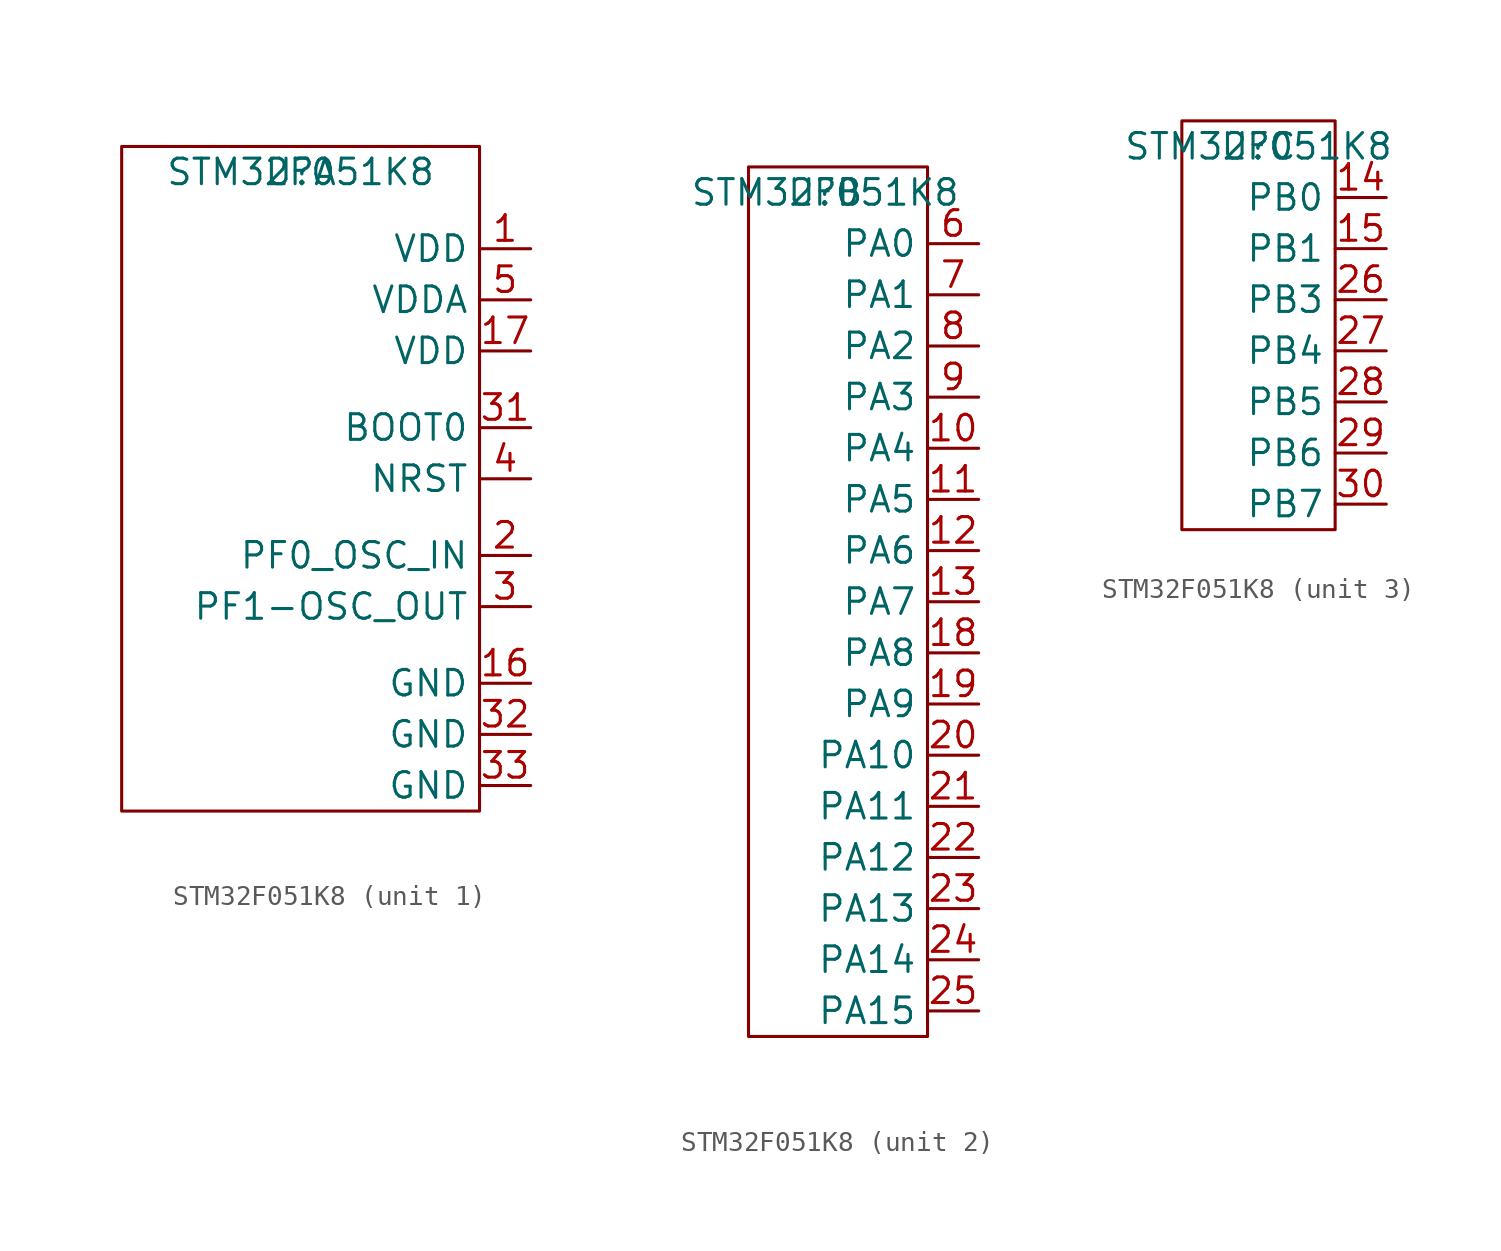
<source format=kicad_sym>
(kicad_symbol_lib
  (version 20241209)
  (generator "kicad_symbol_editor")
  (generator_version "9.0")
  (symbol "STM32F051K8"
    (property "Reference" "U"
      (at 0 0 0)
      (effects (font (size 1.27 1.27))))
    (property "Value" "STM32F051K8"
      (at 0 0 0)
      (effects (font (size 1.27 1.27))))
    (property "ki_locked" ""
      (at 0 0 0)
      (effects (font (size 1.27 1.27))))
    (symbol "STM32F051K8_1_1"
      (rectangle (start 8.89 -31.75) (end -8.89 1.27) (stroke (width 0) (type default)) (fill (type none)))
      (pin power_in line (at 11.43 -3.81 180) (length 2.54) (name "VDD" (effects (font (size 1.27 1.27)))) (number "1" (effects (font (size 1.27 1.27)))))
      (pin power_in line (at 11.43 -6.35 180) (length 2.54) (name "VDDA" (effects (font (size 1.27 1.27)))) (number "5" (effects (font (size 1.27 1.27)))))
      (pin power_in line (at 11.43 -8.89 180) (length 2.54) (name "VDD" (effects (font (size 1.27 1.27)))) (number "17" (effects (font (size 1.27 1.27)))))
      (pin input line (at 11.43 -12.7 180) (length 2.54) (name "BOOT0" (effects (font (size 1.27 1.27)))) (number "31" (effects (font (size 1.27 1.27)))))
      (pin input line (at 11.43 -15.24 180) (length 2.54) (name "NRST" (effects (font (size 1.27 1.27)))) (number "4" (effects (font (size 1.27 1.27)))))
      (pin input line (at 11.43 -19.05 180) (length 2.54) (name "PF0_OSC_IN" (effects (font (size 1.27 1.27)))) (number "2" (effects (font (size 1.27 1.27)))))
      (pin input line (at 11.43 -21.59 180) (length 2.54) (name "PF1-OSC_OUT" (effects (font (size 1.27 1.27)))) (number "3" (effects (font (size 1.27 1.27)))))
      (pin power_in line (at 11.43 -25.4 180) (length 2.54) (name "GND" (effects (font (size 1.27 1.27)))) (number "16" (effects (font (size 1.27 1.27)))))
      (pin power_in line (at 11.43 -27.94 180) (length 2.54) (name "GND" (effects (font (size 1.27 1.27)))) (number "32" (effects (font (size 1.27 1.27)))))
      (pin power_in line (at 11.43 -30.48 180) (length 2.54) (name "GND" (effects (font (size 1.27 1.27)))) (number "33" (effects (font (size 1.27 1.27))))))
    (symbol "STM32F051K8_2_1"
      (rectangle (start -3.81 1.27) (end 5.08 -41.91) (stroke (width 0) (type default)) (fill (type none)))
      (pin bidirectional line (at 7.62 -2.54 180) (length 2.54) (name "PA0" (effects (font (size 1.27 1.27)))) (number "6" (effects (font (size 1.27 1.27)))))
      (pin bidirectional line (at 7.62 -5.08 180) (length 2.54) (name "PA1" (effects (font (size 1.27 1.27)))) (number "7" (effects (font (size 1.27 1.27)))))
      (pin bidirectional line (at 7.62 -7.62 180) (length 2.54) (name "PA2" (effects (font (size 1.27 1.27)))) (number "8" (effects (font (size 1.27 1.27)))))
      (pin bidirectional line (at 7.62 -10.16 180) (length 2.54) (name "PA3" (effects (font (size 1.27 1.27)))) (number "9" (effects (font (size 1.27 1.27)))))
      (pin bidirectional line (at 7.62 -12.7 180) (length 2.54) (name "PA4" (effects (font (size 1.27 1.27)))) (number "10" (effects (font (size 1.27 1.27)))))
      (pin bidirectional line (at 7.62 -15.24 180) (length 2.54) (name "PA5" (effects (font (size 1.27 1.27)))) (number "11" (effects (font (size 1.27 1.27)))))
      (pin bidirectional line (at 7.62 -17.78 180) (length 2.54) (name "PA6" (effects (font (size 1.27 1.27)))) (number "12" (effects (font (size 1.27 1.27)))))
      (pin bidirectional line (at 7.62 -20.32 180) (length 2.54) (name "PA7" (effects (font (size 1.27 1.27)))) (number "13" (effects (font (size 1.27 1.27)))))
      (pin bidirectional line (at 7.62 -22.86 180) (length 2.54) (name "PA8" (effects (font (size 1.27 1.27)))) (number "18" (effects (font (size 1.27 1.27)))))
      (pin bidirectional line (at 7.62 -25.4 180) (length 2.54) (name "PA9" (effects (font (size 1.27 1.27)))) (number "19" (effects (font (size 1.27 1.27)))))
      (pin bidirectional line (at 7.62 -27.94 180) (length 2.54) (name "PA10" (effects (font (size 1.27 1.27)))) (number "20" (effects (font (size 1.27 1.27)))))
      (pin bidirectional line (at 7.62 -30.48 180) (length 2.54) (name "PA11" (effects (font (size 1.27 1.27)))) (number "21" (effects (font (size 1.27 1.27)))))
      (pin bidirectional line (at 7.62 -33.02 180) (length 2.54) (name "PA12" (effects (font (size 1.27 1.27)))) (number "22" (effects (font (size 1.27 1.27)))))
      (pin bidirectional line (at 7.62 -35.56 180) (length 2.54) (name "PA13" (effects (font (size 1.27 1.27)))) (number "23" (effects (font (size 1.27 1.27)))))
      (pin bidirectional line (at 7.62 -38.1 180) (length 2.54) (name "PA14" (effects (font (size 1.27 1.27)))) (number "24" (effects (font (size 1.27 1.27)))))
      (pin bidirectional line (at 7.62 -40.64 180) (length 2.54) (name "PA15" (effects (font (size 1.27 1.27)))) (number "25" (effects (font (size 1.27 1.27))))))
    (symbol "STM32F051K8_3_1"
      (rectangle (start -3.81 1.27) (end 3.81 -19.05) (stroke (width 0) (type default)) (fill (type none)))
      (pin bidirectional line (at 6.35 -2.54 180) (length 2.54) (name "PB0" (effects (font (size 1.27 1.27)))) (number "14" (effects (font (size 1.27 1.27)))))
      (pin bidirectional line (at 6.35 -5.08 180) (length 2.54) (name "PB1" (effects (font (size 1.27 1.27)))) (number "15" (effects (font (size 1.27 1.27)))))
      (pin bidirectional line (at 6.35 -7.62 180) (length 2.54) (name "PB3" (effects (font (size 1.27 1.27)))) (number "26" (effects (font (size 1.27 1.27)))))
      (pin bidirectional line (at 6.35 -10.16 180) (length 2.54) (name "PB4" (effects (font (size 1.27 1.27)))) (number "27" (effects (font (size 1.27 1.27)))))
      (pin bidirectional line (at 6.35 -12.7 180) (length 2.54) (name "PB5" (effects (font (size 1.27 1.27)))) (number "28" (effects (font (size 1.27 1.27)))))
      (pin bidirectional line (at 6.35 -15.24 180) (length 2.54) (name "PB6" (effects (font (size 1.27 1.27)))) (number "29" (effects (font (size 1.27 1.27)))))
      (pin bidirectional line (at 6.35 -17.78 180) (length 2.54) (name "PB7" (effects (font (size 1.27 1.27)))) (number "30" (effects (font (size 1.27 1.27))))))))
</source>
